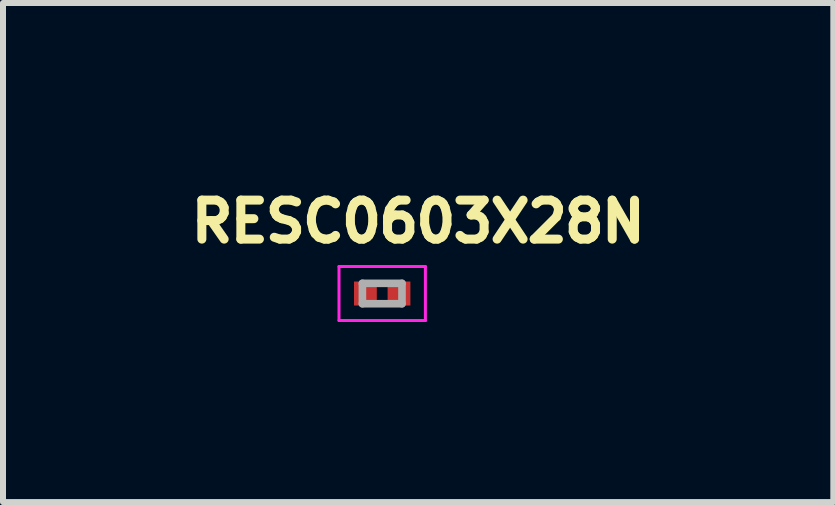
<source format=kicad_pcb>
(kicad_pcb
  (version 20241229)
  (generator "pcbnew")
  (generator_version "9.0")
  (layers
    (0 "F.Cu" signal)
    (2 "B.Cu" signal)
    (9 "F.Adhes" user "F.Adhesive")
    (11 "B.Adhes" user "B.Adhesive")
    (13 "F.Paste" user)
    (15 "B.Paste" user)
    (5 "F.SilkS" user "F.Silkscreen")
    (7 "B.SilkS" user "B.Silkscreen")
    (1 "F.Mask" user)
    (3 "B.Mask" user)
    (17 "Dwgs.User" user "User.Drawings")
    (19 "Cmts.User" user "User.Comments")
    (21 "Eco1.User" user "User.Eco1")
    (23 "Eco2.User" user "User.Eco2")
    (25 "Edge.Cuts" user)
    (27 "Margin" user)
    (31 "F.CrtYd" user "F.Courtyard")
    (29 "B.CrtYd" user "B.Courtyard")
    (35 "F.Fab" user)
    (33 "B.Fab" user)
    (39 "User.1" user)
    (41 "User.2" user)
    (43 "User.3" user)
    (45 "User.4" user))
  (footprint "RESC0603X28N"
    (layer "F.Cu")
    (at 3.321 1.843)
    (property "Reference" "RESC0603X28N" (at 0.6 -1.2 0) (layer "F.SilkS") (effects (font (size 0.65 0.65) (thickness 0.15))))
    (attr smd)
    (fp_line (start -0.72 -0.45) (end 0.72 -0.45) (stroke (width 0.05) (type solid)) (layer "F.CrtYd"))
    (fp_line (start -0.72 0.45) (end -0.72 -0.45) (stroke (width 0.05) (type solid)) (layer "F.CrtYd"))
    (fp_line (start -0.72 0.45) (end 0.72 0.45) (stroke (width 0.05) (type solid)) (layer "F.CrtYd"))
    (fp_line (start 0.72 0.45) (end 0.72 -0.45) (stroke (width 0.05) (type solid)) (layer "F.CrtYd"))
    (fp_line (start -0.33 0.17) (end -0.33 -0.17) (stroke (width 0.127) (type solid)) (layer "F.Fab"))
    (fp_line (start 0.33 -0.17) (end -0.33 -0.17) (stroke (width 0.127) (type solid)) (layer "F.Fab"))
    (fp_line (start 0.33 0.17) (end -0.33 0.17) (stroke (width 0.127) (type solid)) (layer "F.Fab"))
    (fp_line (start 0.33 0.17) (end 0.33 -0.17) (stroke (width 0.127) (type solid)) (layer "F.Fab"))
    (pad "1" smd rect (at -0.28 0) (size 0.38 0.4) (layers "F.Cu" "F.Mask" "F.Paste"))
    (pad "2" smd rect (at 0.28 0) (size 0.38 0.4) (layers "F.Cu" "F.Mask" "F.Paste")))
  (gr_rect
    (start -3 -3)
    (end 10.841 5.319)
    (stroke (width 0.1) (type default))
    (fill no)
    (layer "Edge.Cuts")))
</source>
